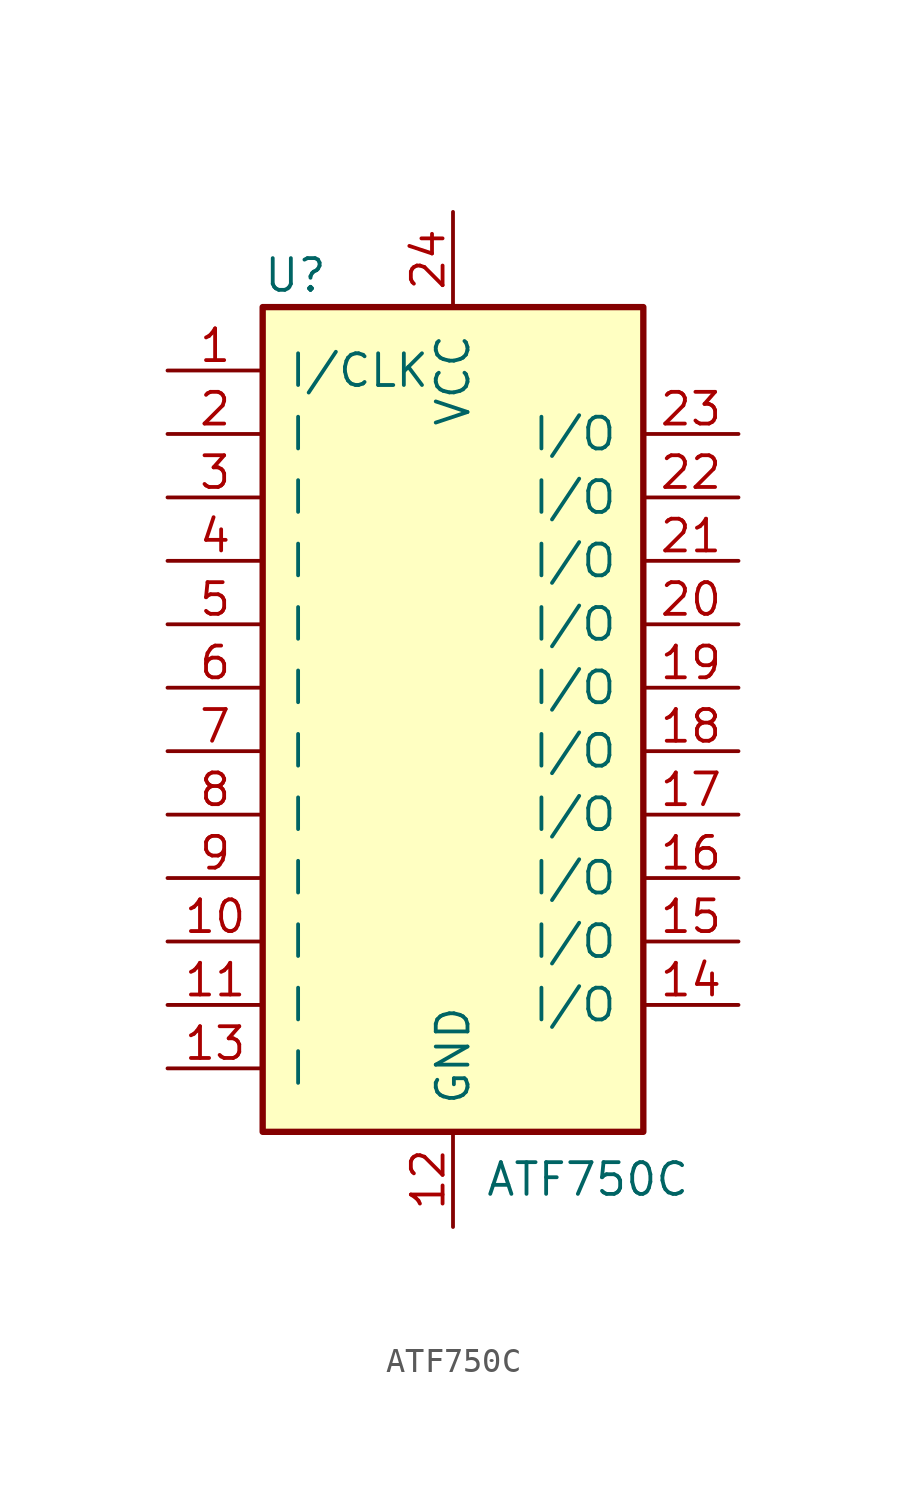
<source format=kicad_sym>
(kicad_symbol_lib
  (version 20231120)
  (generator "kicad_symbol_editor")
  (generator_version "8.0")
  (symbol "ATF750C"
    (pin_names
      (offset 1.016))
    (property "Reference" "U"
      (at -7.62 1.27 0)
      (do_not_autoplace)
      (effects (font (size 1.27 1.27)) (justify left)))
    (property "Value" "ATF750C"
      (at 1.27 -34.925 0)
      (do_not_autoplace)
      (effects (font (size 1.27 1.27)) (justify left)))
    (symbol "ATF750C_1_1"
      (rectangle (start -7.62 0) (end 7.62 -33.02) (stroke (width 0.254) (type default)) (fill (type background)))
      (pin input line (at -11.43 -2.54 0) (length 3.81) (name "I/CLK" (effects (font (size 1.27 1.27)))) (number "1" (effects (font (size 1.27 1.27)))))
      (pin input line (at -11.43 -25.4 0) (length 3.81) (name "I" (effects (font (size 1.27 1.27)))) (number "10" (effects (font (size 1.27 1.27)))))
      (pin input line (at -11.43 -27.94 0) (length 3.81) (name "I" (effects (font (size 1.27 1.27)))) (number "11" (effects (font (size 1.27 1.27)))))
      (pin power_in line (at 0 -36.83 90) (length 3.81) (name "GND" (effects (font (size 1.27 1.27)))) (number "12" (effects (font (size 1.27 1.27)))))
      (pin input line (at -11.43 -30.48 0) (length 3.81) (name "I" (effects (font (size 1.27 1.27)))) (number "13" (effects (font (size 1.27 1.27)))))
      (pin bidirectional line (at 11.43 -27.94 180) (length 3.81) (name "I/O" (effects (font (size 1.27 1.27)))) (number "14" (effects (font (size 1.27 1.27)))))
      (pin bidirectional line (at 11.43 -25.4 180) (length 3.81) (name "I/O" (effects (font (size 1.27 1.27)))) (number "15" (effects (font (size 1.27 1.27)))))
      (pin bidirectional line (at 11.43 -22.86 180) (length 3.81) (name "I/O" (effects (font (size 1.27 1.27)))) (number "16" (effects (font (size 1.27 1.27)))))
      (pin bidirectional line (at 11.43 -20.32 180) (length 3.81) (name "I/O" (effects (font (size 1.27 1.27)))) (number "17" (effects (font (size 1.27 1.27)))))
      (pin bidirectional line (at 11.43 -17.78 180) (length 3.81) (name "I/O" (effects (font (size 1.27 1.27)))) (number "18" (effects (font (size 1.27 1.27)))))
      (pin bidirectional line (at 11.43 -15.24 180) (length 3.81) (name "I/O" (effects (font (size 1.27 1.27)))) (number "19" (effects (font (size 1.27 1.27)))))
      (pin input line (at -11.43 -5.08 0) (length 3.81) (name "I" (effects (font (size 1.27 1.27)))) (number "2" (effects (font (size 1.27 1.27)))))
      (pin bidirectional line (at 11.43 -12.7 180) (length 3.81) (name "I/O" (effects (font (size 1.27 1.27)))) (number "20" (effects (font (size 1.27 1.27)))))
      (pin bidirectional line (at 11.43 -10.16 180) (length 3.81) (name "I/O" (effects (font (size 1.27 1.27)))) (number "21" (effects (font (size 1.27 1.27)))))
      (pin bidirectional line (at 11.43 -7.62 180) (length 3.81) (name "I/O" (effects (font (size 1.27 1.27)))) (number "22" (effects (font (size 1.27 1.27)))))
      (pin bidirectional line (at 11.43 -5.08 180) (length 3.81) (name "I/O" (effects (font (size 1.27 1.27)))) (number "23" (effects (font (size 1.27 1.27)))))
      (pin power_in line (at 0 3.81 270) (length 3.81) (name "VCC" (effects (font (size 1.27 1.27)))) (number "24" (effects (font (size 1.27 1.27)))))
      (pin input line (at -11.43 -7.62 0) (length 3.81) (name "I" (effects (font (size 1.27 1.27)))) (number "3" (effects (font (size 1.27 1.27)))))
      (pin input line (at -11.43 -10.16 0) (length 3.81) (name "I" (effects (font (size 1.27 1.27)))) (number "4" (effects (font (size 1.27 1.27)))))
      (pin input line (at -11.43 -12.7 0) (length 3.81) (name "I" (effects (font (size 1.27 1.27)))) (number "5" (effects (font (size 1.27 1.27)))))
      (pin input line (at -11.43 -15.24 0) (length 3.81) (name "I" (effects (font (size 1.27 1.27)))) (number "6" (effects (font (size 1.27 1.27)))))
      (pin input line (at -11.43 -17.78 0) (length 3.81) (name "I" (effects (font (size 1.27 1.27)))) (number "7" (effects (font (size 1.27 1.27)))))
      (pin input line (at -11.43 -20.32 0) (length 3.81) (name "I" (effects (font (size 1.27 1.27)))) (number "8" (effects (font (size 1.27 1.27)))))
      (pin input line (at -11.43 -22.86 0) (length 3.81) (name "I" (effects (font (size 1.27 1.27)))) (number "9" (effects (font (size 1.27 1.27))))))))
</source>
